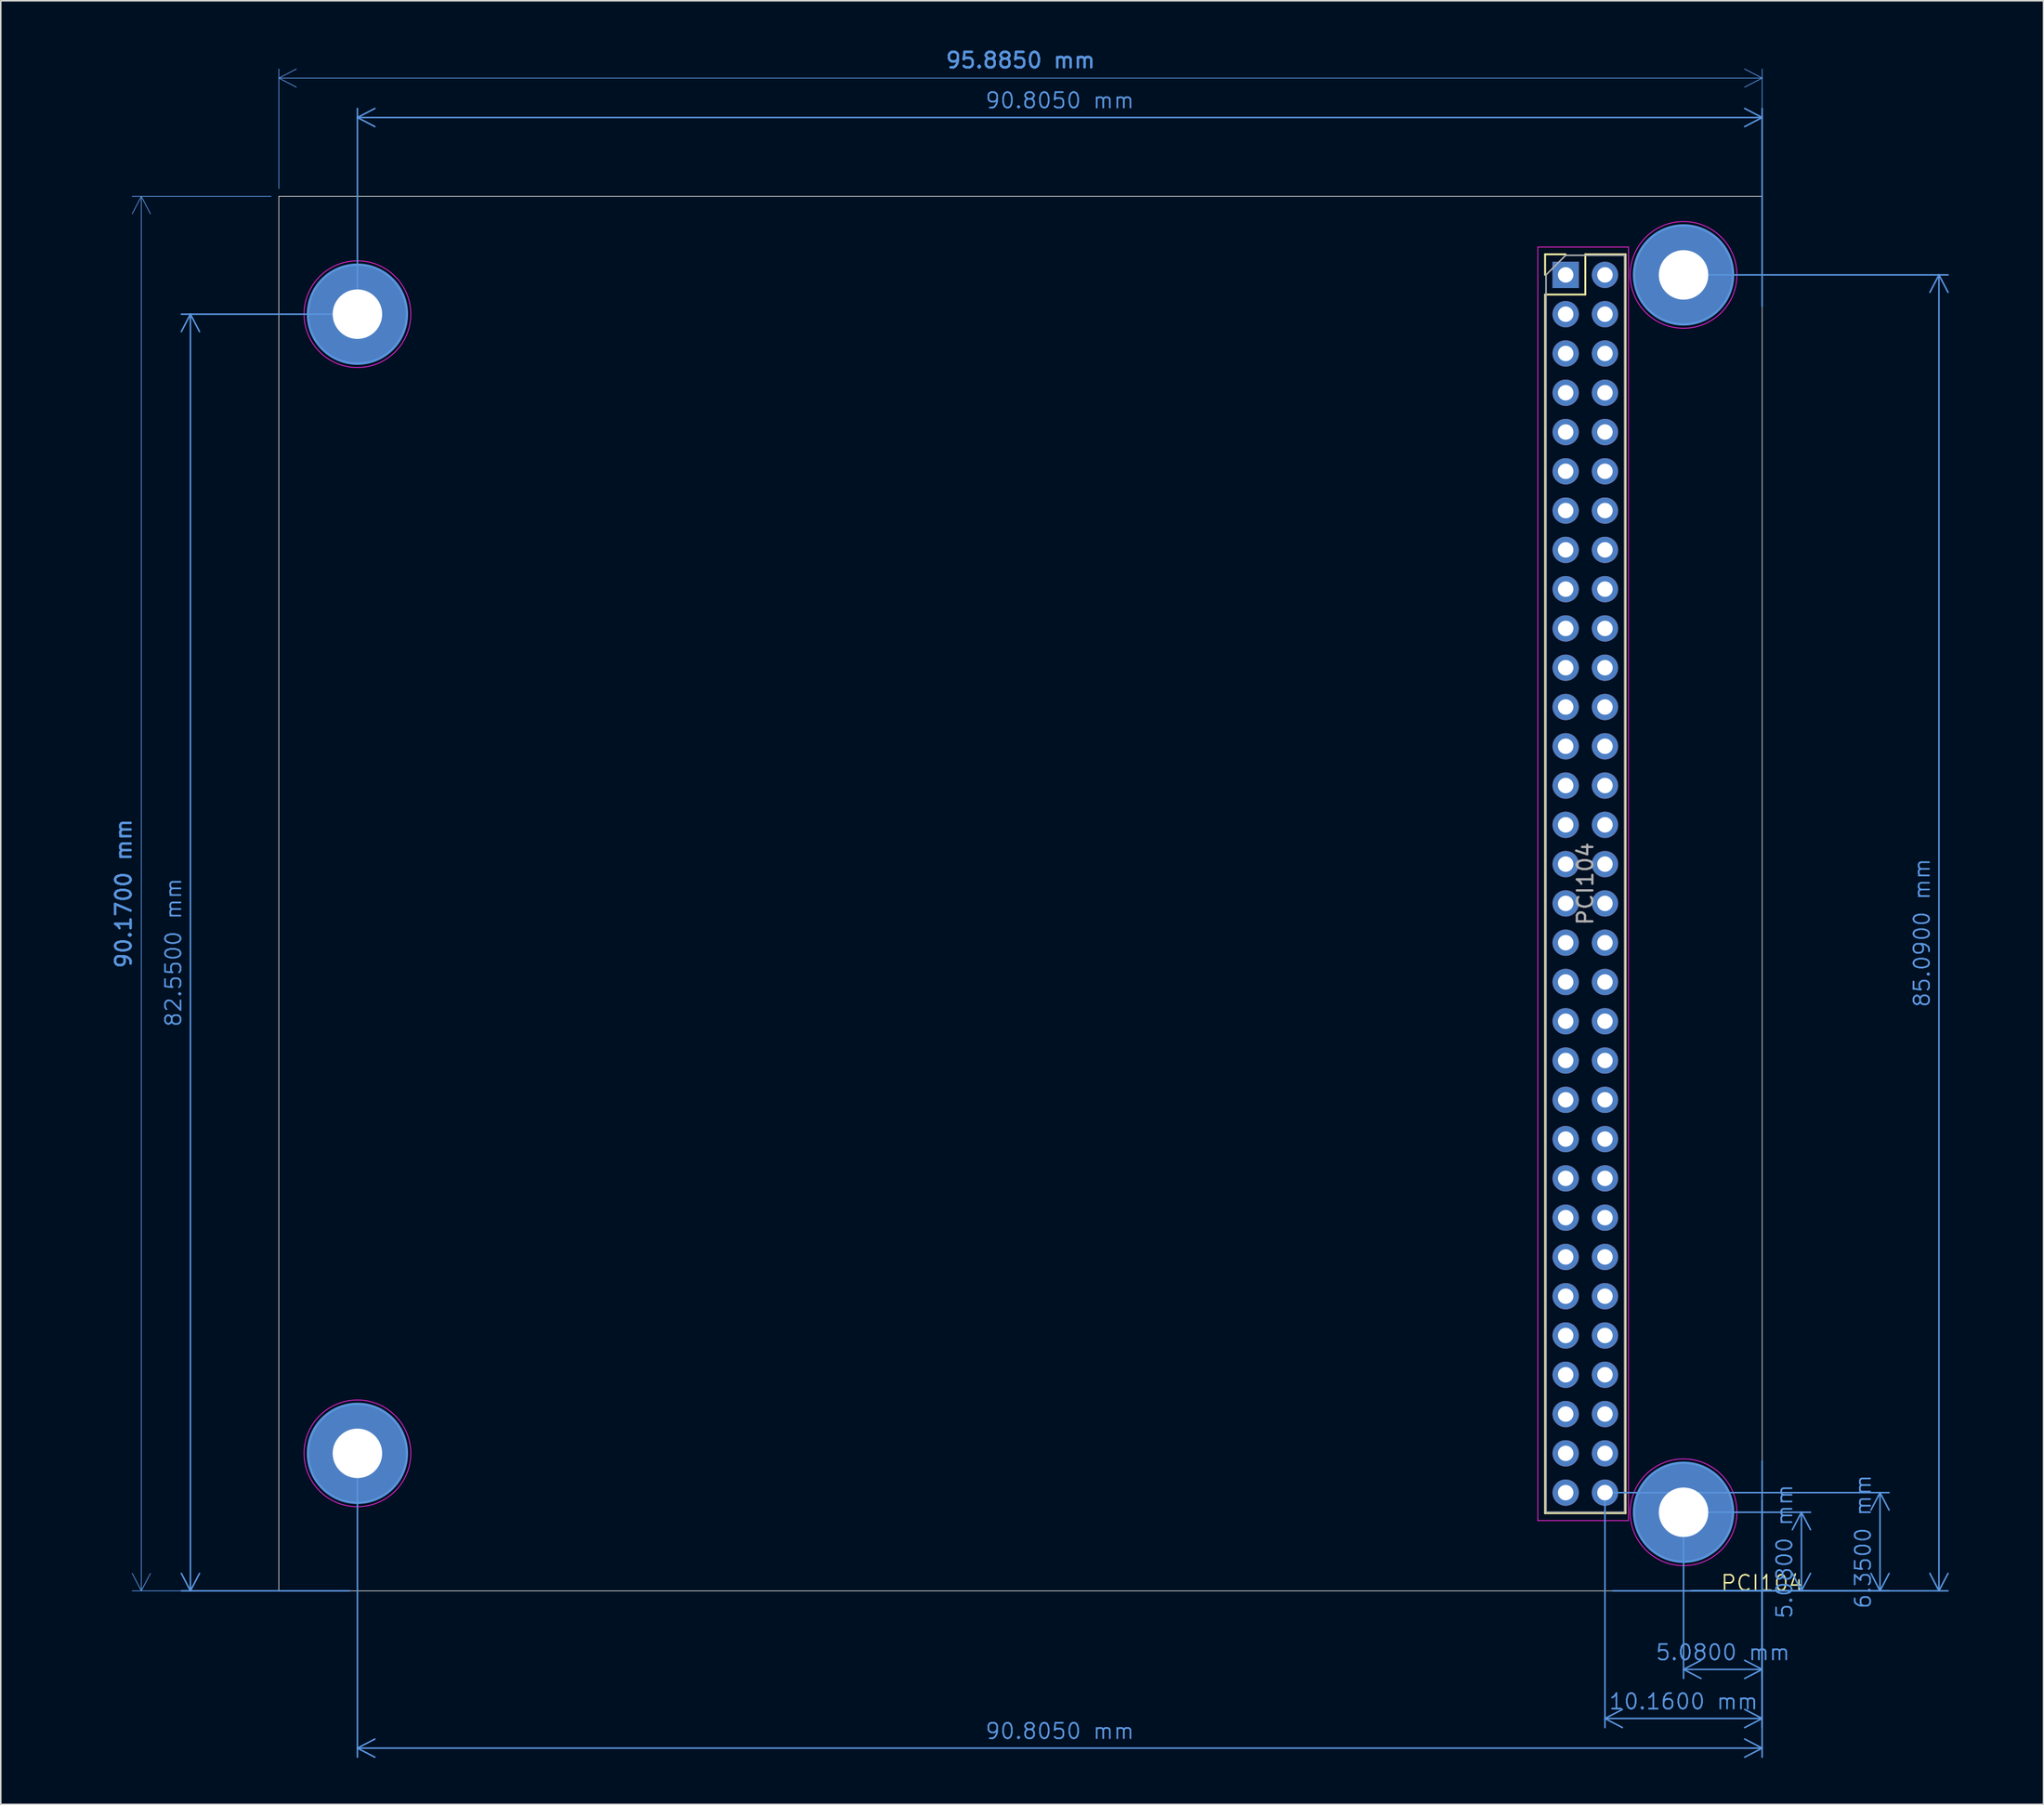
<source format=kicad_pcb>
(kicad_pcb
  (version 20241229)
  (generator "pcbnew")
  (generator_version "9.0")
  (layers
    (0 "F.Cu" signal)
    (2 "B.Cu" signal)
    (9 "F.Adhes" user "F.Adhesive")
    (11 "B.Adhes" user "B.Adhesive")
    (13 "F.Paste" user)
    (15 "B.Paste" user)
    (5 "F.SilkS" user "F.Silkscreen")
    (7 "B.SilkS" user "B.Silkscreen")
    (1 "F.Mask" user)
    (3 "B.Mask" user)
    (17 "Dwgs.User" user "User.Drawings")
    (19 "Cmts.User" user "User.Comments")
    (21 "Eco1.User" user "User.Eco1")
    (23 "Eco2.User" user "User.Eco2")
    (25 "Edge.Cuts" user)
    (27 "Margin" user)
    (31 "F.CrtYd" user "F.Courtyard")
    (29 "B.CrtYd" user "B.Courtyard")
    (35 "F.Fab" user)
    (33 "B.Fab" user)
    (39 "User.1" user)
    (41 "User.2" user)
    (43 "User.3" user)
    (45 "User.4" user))
  (footprint "PCI104"
    (layer "F.Cu")
    (at 110.86 99.815)
    (property "Reference" "PCI104" (at 0 -0.5 0) (unlocked yes) (layer "F.SilkS") (effects (font (size 1 1) (thickness 0.1))))
    (fp_line (start -14.03 -86.42) (end -12.7 -86.42) (stroke (width 0.12) (type solid)) (layer "F.SilkS"))
    (fp_line (start -14.03 -85.09) (end -14.03 -86.42) (stroke (width 0.12) (type solid)) (layer "F.SilkS"))
    (fp_line (start -14.03 -83.82) (end -14.03 -5.02) (stroke (width 0.12) (type solid)) (layer "F.SilkS"))
    (fp_line (start -14.03 -83.82) (end -11.43 -83.82) (stroke (width 0.12) (type solid)) (layer "F.SilkS"))
    (fp_line (start -14.03 -5.02) (end -8.83 -5.02) (stroke (width 0.12) (type solid)) (layer "F.SilkS"))
    (fp_line (start -11.43 -86.42) (end -8.83 -86.42) (stroke (width 0.12) (type solid)) (layer "F.SilkS"))
    (fp_line (start -11.43 -83.82) (end -11.43 -86.42) (stroke (width 0.12) (type solid)) (layer "F.SilkS"))
    (fp_line (start -8.83 -86.42) (end -8.83 -5.02) (stroke (width 0.12) (type solid)) (layer "F.SilkS"))
    (fp_circle (center -90.805 -82.55) (end -87.605 -82.55) (stroke (width 0.15) (type solid)) (fill no) (layer "Cmts.User"))
    (fp_circle (center -90.805 -8.89) (end -87.605 -8.89) (stroke (width 0.15) (type solid)) (fill no) (layer "Cmts.User"))
    (fp_circle (center -5.08 -85.09) (end -1.88 -85.09) (stroke (width 0.15) (type solid)) (fill no) (layer "Cmts.User"))
    (fp_circle (center -5.08 -5.08) (end -1.88 -5.08) (stroke (width 0.15) (type solid)) (fill no) (layer "Cmts.User"))
    (fp_rect (start 0 0) (end -95.885 -90.17) (stroke (width 0.05) (type default)) (fill no) (layer "Edge.Cuts"))
    (fp_line (start -14.5 -86.89) (end -14.5 -4.54) (stroke (width 0.05) (type solid)) (layer "F.CrtYd"))
    (fp_line (start -14.5 -4.54) (end -8.636 -4.54) (stroke (width 0.05) (type solid)) (layer "F.CrtYd"))
    (fp_line (start -8.636 -86.89) (end -14.5 -86.89) (stroke (width 0.05) (type solid)) (layer "F.CrtYd"))
    (fp_line (start -8.636 -4.54) (end -8.636 -86.89) (stroke (width 0.05) (type solid)) (layer "F.CrtYd"))
    (fp_circle (center -90.805 -82.55) (end -87.355 -82.55) (stroke (width 0.05) (type solid)) (fill no) (layer "F.CrtYd"))
    (fp_circle (center -90.805 -8.89) (end -87.355 -8.89) (stroke (width 0.05) (type solid)) (fill no) (layer "F.CrtYd"))
    (fp_circle (center -5.08 -85.09) (end -1.63 -85.09) (stroke (width 0.05) (type solid)) (fill no) (layer "F.CrtYd"))
    (fp_circle (center -5.08 -5.08) (end -1.63 -5.08) (stroke (width 0.05) (type solid)) (fill no) (layer "F.CrtYd"))
    (fp_line (start -13.97 -85.09) (end -12.7 -86.36) (stroke (width 0.1) (type solid)) (layer "F.Fab"))
    (fp_line (start -13.97 -5.08) (end -13.97 -85.09) (stroke (width 0.1) (type solid)) (layer "F.Fab"))
    (fp_line (start -12.7 -86.36) (end -8.89 -86.36) (stroke (width 0.1) (type solid)) (layer "F.Fab"))
    (fp_line (start -8.89 -86.36) (end -8.89 -5.08) (stroke (width 0.1) (type solid)) (layer "F.Fab"))
    (fp_line (start -8.89 -5.08) (end -13.97 -5.08) (stroke (width 0.1) (type solid)) (layer "F.Fab"))
    (fp_text user "${REFERENCE}" (at -11.43 -45.72 90) (layer "F.Fab") (effects (font (size 1 1) (thickness 0.15))))
    (dimension (type aligned) (layer "Cmts.User") (pts (xy 105.78 14.725) (xy 105.78 99.815)) (height -16.51) (format (prefix "") (suffix "") (units 3) (units_format 1) (precision 4)) (style (thickness 0.1) (arrow_length 1.27) (text_position_mode 0) (arrow_direction outward) (extension_height 0.586) (extension_offset 0.5) (keep_text_aligned yes)) (gr_text "85.0900 mm" (at 121.19 57.27 90) (layer "Cmts.User") (effects (font (size 1 1) (thickness 0.1)))))
    (dimension (type aligned) (layer "Cmts.User") (pts (xy 100.7 93.465) (xy 100.7 99.815)) (height -17.78) (format (prefix "") (suffix "") (units 3) (units_format 1) (precision 4)) (style (thickness 0.1) (arrow_length 1.27) (text_position_mode 0) (arrow_direction outward) (extension_height 0.586) (extension_offset 0.5) (keep_text_aligned yes)) (gr_text "6.3500 mm" (at 117.38 96.64 90) (layer "Cmts.User") (effects (font (size 1 1) (thickness 0.1)))))
    (dimension (type aligned) (layer "Cmts.User") (pts (xy 105.78 94.735) (xy 110.86 94.735)) (height 10.16) (format (prefix "") (suffix "") (units 3) (units_format 1) (precision 4)) (style (thickness 0.1) (arrow_length 1.27) (text_position_mode 0) (arrow_direction outward) (extension_height 0.586) (extension_offset 0.5) (keep_text_aligned yes)) (gr_text "5.0800 mm" (at 108.32 103.795 0) (layer "Cmts.User") (effects (font (size 1 1) (thickness 0.1)))))
    (dimension (type aligned) (layer "Cmts.User") (pts (xy 20.055 17.265) (xy 110.86 17.265)) (height -12.716) (format (prefix "") (suffix "") (units 3) (units_format 1) (precision 4)) (style (thickness 0.1) (arrow_length 1.27) (text_position_mode 0) (arrow_direction outward) (extension_height 0.586) (extension_offset 0.5) (keep_text_aligned yes)) (gr_text "90.8050 mm" (at 65.457 3.449 0) (layer "Cmts.User") (effects (font (size 1 1) (thickness 0.1)))))
    (dimension (type aligned) (layer "Cmts.User") (pts (xy 14.975 9.645) (xy 110.86 9.645)) (height -7.646) (format (prefix "") (suffix "") (units 3) (units_format 1) (precision 4)) (style (thickness 0.05) (arrow_length 1.27) (text_position_mode 0) (arrow_direction outward) (extension_height 0.586) (extension_offset 0.5) (keep_text_aligned yes)) (gr_text "95.8850 mm" (at 62.917 0.848 0) (layer "Cmts.User") (effects (font (size 1 1) (thickness 0.15)))))
    (dimension (type aligned) (layer "Cmts.User") (pts (xy 100.7 93.465) (xy 110.86 93.465)) (height 14.605) (format (prefix "") (suffix "") (units 3) (units_format 1) (precision 4)) (style (thickness 0.1) (arrow_length 1.27) (text_position_mode 0) (arrow_direction outward) (extension_height 0.586) (extension_offset 0.5) (keep_text_aligned yes)) (gr_text "10.1600 mm" (at 105.78 106.97 0) (layer "Cmts.User") (effects (font (size 1 1) (thickness 0.1)))))
    (dimension (type aligned) (layer "Cmts.User") (pts (xy 20.055 17.265) (xy 20.055 99.815)) (height 10.795) (format (prefix "") (suffix "") (units 3) (units_format 1) (precision 4)) (style (thickness 0.1) (arrow_length 1.27) (text_position_mode 0) (arrow_direction outward) (extension_height 0.586) (extension_offset 0.5) (keep_text_aligned yes)) (gr_text "82.5500 mm" (at 8.16 58.54 90) (layer "Cmts.User") (effects (font (size 1 1) (thickness 0.1)))))
    (dimension (type aligned) (layer "Cmts.User") (pts (xy 20.055 90.925) (xy 110.86 90.925)) (height 19.061) (format (prefix "") (suffix "") (units 3) (units_format 1) (precision 4)) (style (thickness 0.1) (arrow_length 1.27) (text_position_mode 0) (arrow_direction outward) (extension_height 0.586) (extension_offset 0.5) (keep_text_aligned yes)) (gr_text "90.8050 mm" (at 65.457 108.885 0) (layer "Cmts.User") (effects (font (size 1 1) (thickness 0.1)))))
    (dimension (type aligned) (layer "Cmts.User") (pts (xy 14.975 99.815) (xy 14.975 9.645)) (height -8.89) (format (prefix "") (suffix "") (units 3) (units_format 1) (precision 4)) (style (thickness 0.05) (arrow_length 1.27) (text_position_mode 0) (arrow_direction outward) (extension_height 0.586) (extension_offset 0.5) (keep_text_aligned yes)) (gr_text "90.1700 mm" (at 4.935 54.73 90) (layer "Cmts.User") (effects (font (size 1 1) (thickness 0.15)))))
    (dimension (type aligned) (layer "Cmts.User") (pts (xy 105.78 94.735) (xy 105.78 99.815)) (height -7.62) (format (prefix "") (suffix "") (units 3) (units_format 1) (precision 4)) (style (thickness 0.1) (arrow_length 1.27) (text_position_mode 0) (arrow_direction outward) (extension_height 0.586) (extension_offset 0.5) (keep_text_aligned yes)) (gr_text "5.0800 mm" (at 112.3 97.275 90) (layer "Cmts.User") (effects (font (size 1 1) (thickness 0.1)))))
    (pad "1" thru_hole rect (at -12.7 -85.09) (size 1.7 1.7) (drill 1) (layers "*.Cu" "*.Mask"))
    (pad "2" thru_hole oval (at -10.16 -85.09) (size 1.7 1.7) (drill 1) (layers "*.Cu" "*.Mask"))
    (pad "3" thru_hole oval (at -12.7 -82.55) (size 1.7 1.7) (drill 1) (layers "*.Cu" "*.Mask"))
    (pad "4" thru_hole oval (at -10.16 -82.55) (size 1.7 1.7) (drill 1) (layers "*.Cu" "*.Mask"))
    (pad "5" thru_hole oval (at -12.7 -80.01) (size 1.7 1.7) (drill 1) (layers "*.Cu" "*.Mask"))
    (pad "6" thru_hole oval (at -10.16 -80.01) (size 1.7 1.7) (drill 1) (layers "*.Cu" "*.Mask"))
    (pad "7" thru_hole oval (at -12.7 -77.47) (size 1.7 1.7) (drill 1) (layers "*.Cu" "*.Mask"))
    (pad "8" thru_hole oval (at -10.16 -77.47) (size 1.7 1.7) (drill 1) (layers "*.Cu" "*.Mask"))
    (pad "9" thru_hole oval (at -12.7 -74.93) (size 1.7 1.7) (drill 1) (layers "*.Cu" "*.Mask"))
    (pad "10" thru_hole oval (at -10.16 -74.93) (size 1.7 1.7) (drill 1) (layers "*.Cu" "*.Mask"))
    (pad "11" thru_hole oval (at -12.7 -72.39) (size 1.7 1.7) (drill 1) (layers "*.Cu" "*.Mask"))
    (pad "12" thru_hole oval (at -10.16 -72.39) (size 1.7 1.7) (drill 1) (layers "*.Cu" "*.Mask"))
    (pad "13" thru_hole oval (at -12.7 -69.85) (size 1.7 1.7) (drill 1) (layers "*.Cu" "*.Mask"))
    (pad "14" thru_hole oval (at -10.16 -69.85) (size 1.7 1.7) (drill 1) (layers "*.Cu" "*.Mask"))
    (pad "15" thru_hole oval (at -12.7 -67.31) (size 1.7 1.7) (drill 1) (layers "*.Cu" "*.Mask"))
    (pad "16" thru_hole oval (at -10.16 -67.31) (size 1.7 1.7) (drill 1) (layers "*.Cu" "*.Mask"))
    (pad "17" thru_hole oval (at -12.7 -64.77) (size 1.7 1.7) (drill 1) (layers "*.Cu" "*.Mask"))
    (pad "18" thru_hole oval (at -10.16 -64.77) (size 1.7 1.7) (drill 1) (layers "*.Cu" "*.Mask"))
    (pad "19" thru_hole oval (at -12.7 -62.23) (size 1.7 1.7) (drill 1) (layers "*.Cu" "*.Mask"))
    (pad "20" thru_hole oval (at -10.16 -62.23) (size 1.7 1.7) (drill 1) (layers "*.Cu" "*.Mask"))
    (pad "21" thru_hole oval (at -12.7 -59.69) (size 1.7 1.7) (drill 1) (layers "*.Cu" "*.Mask"))
    (pad "22" thru_hole oval (at -10.16 -59.69) (size 1.7 1.7) (drill 1) (layers "*.Cu" "*.Mask"))
    (pad "23" thru_hole oval (at -12.7 -57.15) (size 1.7 1.7) (drill 1) (layers "*.Cu" "*.Mask"))
    (pad "24" thru_hole oval (at -10.16 -57.15) (size 1.7 1.7) (drill 1) (layers "*.Cu" "*.Mask"))
    (pad "25" thru_hole oval (at -12.7 -54.61) (size 1.7 1.7) (drill 1) (layers "*.Cu" "*.Mask"))
    (pad "26" thru_hole oval (at -10.16 -54.61) (size 1.7 1.7) (drill 1) (layers "*.Cu" "*.Mask"))
    (pad "27" thru_hole oval (at -12.7 -52.07) (size 1.7 1.7) (drill 1) (layers "*.Cu" "*.Mask"))
    (pad "28" thru_hole oval (at -10.16 -52.07) (size 1.7 1.7) (drill 1) (layers "*.Cu" "*.Mask"))
    (pad "29" thru_hole oval (at -12.7 -49.53) (size 1.7 1.7) (drill 1) (layers "*.Cu" "*.Mask"))
    (pad "30" thru_hole oval (at -10.16 -49.53) (size 1.7 1.7) (drill 1) (layers "*.Cu" "*.Mask"))
    (pad "31" thru_hole oval (at -12.7 -46.99) (size 1.7 1.7) (drill 1) (layers "*.Cu" "*.Mask"))
    (pad "32" thru_hole oval (at -10.16 -46.99) (size 1.7 1.7) (drill 1) (layers "*.Cu" "*.Mask"))
    (pad "33" thru_hole oval (at -12.7 -44.45) (size 1.7 1.7) (drill 1) (layers "*.Cu" "*.Mask"))
    (pad "34" thru_hole oval (at -10.16 -44.45) (size 1.7 1.7) (drill 1) (layers "*.Cu" "*.Mask"))
    (pad "35" thru_hole oval (at -12.7 -41.91) (size 1.7 1.7) (drill 1) (layers "*.Cu" "*.Mask"))
    (pad "36" thru_hole oval (at -10.16 -41.91) (size 1.7 1.7) (drill 1) (layers "*.Cu" "*.Mask"))
    (pad "37" thru_hole oval (at -12.7 -39.37) (size 1.7 1.7) (drill 1) (layers "*.Cu" "*.Mask"))
    (pad "38" thru_hole oval (at -10.16 -39.37) (size 1.7 1.7) (drill 1) (layers "*.Cu" "*.Mask"))
    (pad "39" thru_hole oval (at -12.7 -36.83) (size 1.7 1.7) (drill 1) (layers "*.Cu" "*.Mask"))
    (pad "40" thru_hole oval (at -10.16 -36.83) (size 1.7 1.7) (drill 1) (layers "*.Cu" "*.Mask"))
    (pad "41" thru_hole oval (at -12.7 -34.29) (size 1.7 1.7) (drill 1) (layers "*.Cu" "*.Mask"))
    (pad "42" thru_hole oval (at -10.16 -34.29) (size 1.7 1.7) (drill 1) (layers "*.Cu" "*.Mask"))
    (pad "43" thru_hole oval (at -12.7 -31.75) (size 1.7 1.7) (drill 1) (layers "*.Cu" "*.Mask"))
    (pad "44" thru_hole oval (at -10.16 -31.75) (size 1.7 1.7) (drill 1) (layers "*.Cu" "*.Mask"))
    (pad "45" thru_hole oval (at -12.7 -29.21) (size 1.7 1.7) (drill 1) (layers "*.Cu" "*.Mask"))
    (pad "46" thru_hole oval (at -10.16 -29.21) (size 1.7 1.7) (drill 1) (layers "*.Cu" "*.Mask"))
    (pad "47" thru_hole oval (at -12.7 -26.67) (size 1.7 1.7) (drill 1) (layers "*.Cu" "*.Mask"))
    (pad "48" thru_hole oval (at -10.16 -26.67) (size 1.7 1.7) (drill 1) (layers "*.Cu" "*.Mask"))
    (pad "49" thru_hole oval (at -12.7 -24.13) (size 1.7 1.7) (drill 1) (layers "*.Cu" "*.Mask"))
    (pad "50" thru_hole oval (at -10.16 -24.13) (size 1.7 1.7) (drill 1) (layers "*.Cu" "*.Mask"))
    (pad "51" thru_hole oval (at -12.7 -21.59) (size 1.7 1.7) (drill 1) (layers "*.Cu" "*.Mask"))
    (pad "52" thru_hole oval (at -10.16 -21.59) (size 1.7 1.7) (drill 1) (layers "*.Cu" "*.Mask"))
    (pad "53" thru_hole oval (at -12.7 -19.05) (size 1.7 1.7) (drill 1) (layers "*.Cu" "*.Mask"))
    (pad "54" thru_hole oval (at -10.16 -19.05) (size 1.7 1.7) (drill 1) (layers "*.Cu" "*.Mask"))
    (pad "55" thru_hole oval (at -12.7 -16.51) (size 1.7 1.7) (drill 1) (layers "*.Cu" "*.Mask"))
    (pad "56" thru_hole oval (at -10.16 -16.51) (size 1.7 1.7) (drill 1) (layers "*.Cu" "*.Mask"))
    (pad "57" thru_hole oval (at -12.7 -13.97) (size 1.7 1.7) (drill 1) (layers "*.Cu" "*.Mask"))
    (pad "58" thru_hole oval (at -10.16 -13.97) (size 1.7 1.7) (drill 1) (layers "*.Cu" "*.Mask"))
    (pad "59" thru_hole oval (at -12.7 -11.43) (size 1.7 1.7) (drill 1) (layers "*.Cu" "*.Mask"))
    (pad "60" thru_hole oval (at -10.16 -11.43) (size 1.7 1.7) (drill 1) (layers "*.Cu" "*.Mask"))
    (pad "61" thru_hole oval (at -12.7 -8.89) (size 1.7 1.7) (drill 1) (layers "*.Cu" "*.Mask"))
    (pad "62" thru_hole oval (at -10.16 -8.89) (size 1.7 1.7) (drill 1) (layers "*.Cu" "*.Mask"))
    (pad "63" thru_hole oval (at -12.7 -6.35) (size 1.7 1.7) (drill 1) (layers "*.Cu" "*.Mask"))
    (pad "64" thru_hole oval (at -10.16 -6.35) (size 1.7 1.7) (drill 1) (layers "*.Cu" "*.Mask"))
    (pad "65" thru_hole circle (at -90.805 -82.55) (size 6.4 6.4) (drill 3.2) (layers "*.Cu" "*.Mask"))
    (pad "65" thru_hole circle (at -90.805 -8.89) (size 6.4 6.4) (drill 3.2) (layers "*.Cu" "*.Mask"))
    (pad "65" thru_hole circle (at -5.08 -85.09) (size 6.4 6.4) (drill 3.2) (layers "*.Cu" "*.Mask"))
    (pad "65" thru_hole circle (at -5.08 -5.08) (size 6.4 6.4) (drill 3.2) (layers "*.Cu" "*.Mask")))
  (gr_rect
    (start -3 -3)
    (end 129.049 113.622)
    (stroke (width 0.1) (type default))
    (fill no)
    (layer "Edge.Cuts")))
</source>
